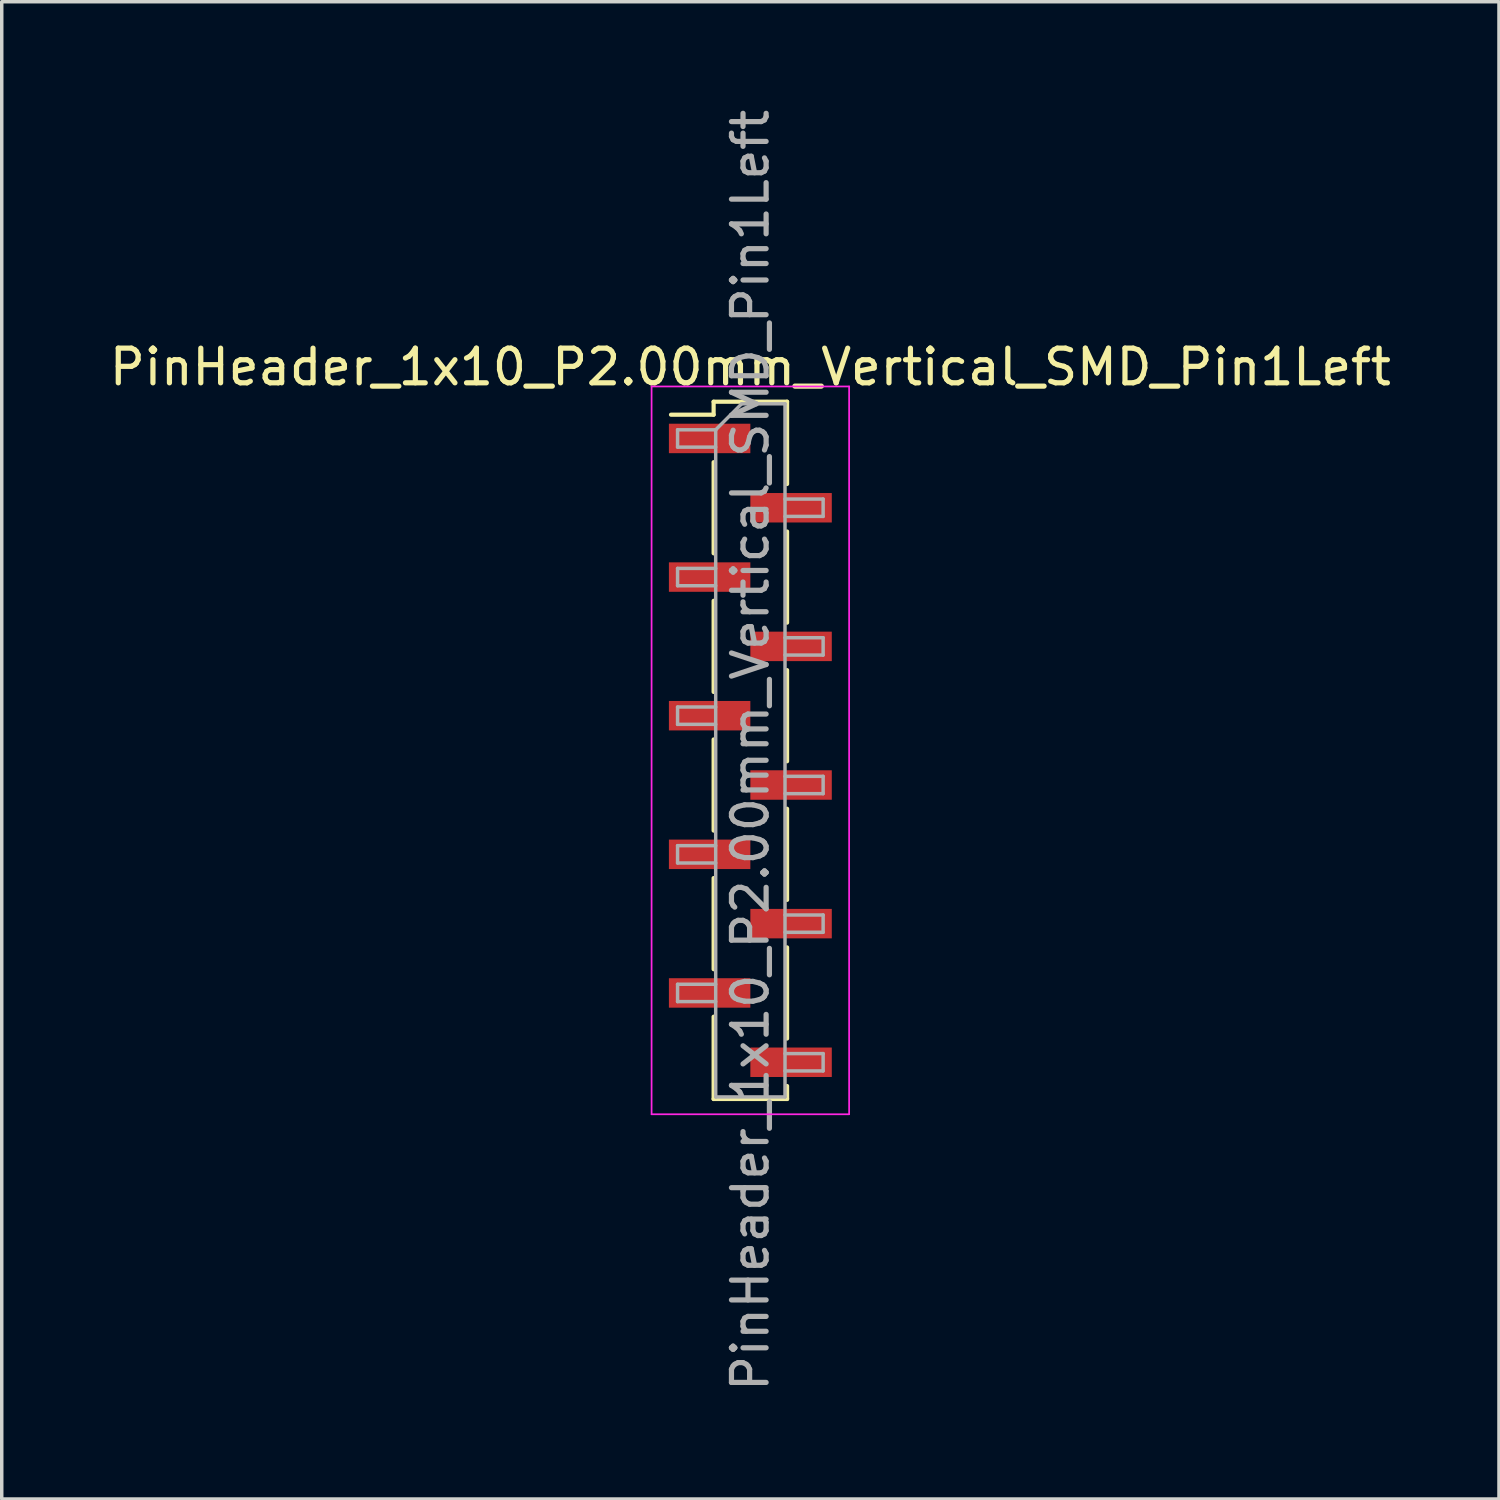
<source format=kicad_pcb>
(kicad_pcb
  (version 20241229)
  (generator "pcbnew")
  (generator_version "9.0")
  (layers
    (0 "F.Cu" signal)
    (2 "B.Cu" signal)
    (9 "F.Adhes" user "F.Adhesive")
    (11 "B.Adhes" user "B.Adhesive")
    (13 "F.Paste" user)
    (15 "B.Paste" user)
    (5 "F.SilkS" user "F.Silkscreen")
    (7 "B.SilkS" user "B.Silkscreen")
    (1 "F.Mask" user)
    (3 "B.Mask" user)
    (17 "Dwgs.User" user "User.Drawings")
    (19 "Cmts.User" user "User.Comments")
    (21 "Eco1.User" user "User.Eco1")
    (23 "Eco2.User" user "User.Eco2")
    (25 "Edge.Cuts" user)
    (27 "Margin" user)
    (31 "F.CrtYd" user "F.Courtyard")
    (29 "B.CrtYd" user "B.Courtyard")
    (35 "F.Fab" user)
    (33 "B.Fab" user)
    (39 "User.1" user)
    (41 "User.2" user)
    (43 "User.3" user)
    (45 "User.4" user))
  (footprint "PinHeader_1x10_P2.00mm_Vertical_SMD_Pin1Left"
    (layer "F.Cu")
    (at 18.601 18.601)
    (property "Reference" "PinHeader_1x10_P2.00mm_Vertical_SMD_Pin1Left" (at 0 -11.06 0) (layer "F.SilkS") (effects (font (size 1 1) (thickness 0.15))))
    (attr smd)
    (fp_line (start -1.06 -10.06) (end -1.06 -9.685) (stroke (width 0.12) (type solid)) (layer "F.SilkS"))
    (fp_line (start -1.06 -10.06) (end 1.06 -10.06) (stroke (width 0.12) (type solid)) (layer "F.SilkS"))
    (fp_line (start -1.06 -9.685) (end -2.29 -9.685) (stroke (width 0.12) (type solid)) (layer "F.SilkS"))
    (fp_line (start -1.06 -8.315) (end -1.06 -5.685) (stroke (width 0.12) (type solid)) (layer "F.SilkS"))
    (fp_line (start -1.06 -4.315) (end -1.06 -1.685) (stroke (width 0.12) (type solid)) (layer "F.SilkS"))
    (fp_line (start -1.06 -0.315) (end -1.06 2.315) (stroke (width 0.12) (type solid)) (layer "F.SilkS"))
    (fp_line (start -1.06 3.685) (end -1.06 6.315) (stroke (width 0.12) (type solid)) (layer "F.SilkS"))
    (fp_line (start -1.06 7.685) (end -1.06 10.06) (stroke (width 0.12) (type solid)) (layer "F.SilkS"))
    (fp_line (start -1.06 10.06) (end 1.06 10.06) (stroke (width 0.12) (type solid)) (layer "F.SilkS"))
    (fp_line (start 1.06 -10.06) (end 1.06 -7.685) (stroke (width 0.12) (type solid)) (layer "F.SilkS"))
    (fp_line (start 1.06 -6.315) (end 1.06 -3.685) (stroke (width 0.12) (type solid)) (layer "F.SilkS"))
    (fp_line (start 1.06 -2.315) (end 1.06 0.315) (stroke (width 0.12) (type solid)) (layer "F.SilkS"))
    (fp_line (start 1.06 1.685) (end 1.06 4.315) (stroke (width 0.12) (type solid)) (layer "F.SilkS"))
    (fp_line (start 1.06 5.685) (end 1.06 8.315) (stroke (width 0.12) (type solid)) (layer "F.SilkS"))
    (fp_line (start 1.06 9.685) (end 1.06 10.06) (stroke (width 0.12) (type solid)) (layer "F.SilkS"))
    (fp_line (start -2.85 -10.5) (end -2.85 10.5) (stroke (width 0.05) (type solid)) (layer "F.CrtYd"))
    (fp_line (start -2.85 10.5) (end 2.85 10.5) (stroke (width 0.05) (type solid)) (layer "F.CrtYd"))
    (fp_line (start 2.85 -10.5) (end -2.85 -10.5) (stroke (width 0.05) (type solid)) (layer "F.CrtYd"))
    (fp_line (start 2.85 10.5) (end 2.85 -10.5) (stroke (width 0.05) (type solid)) (layer "F.CrtYd"))
    (fp_line (start -2.1 -9.25) (end -2.1 -8.75) (stroke (width 0.1) (type solid)) (layer "F.Fab"))
    (fp_line (start -2.1 -8.75) (end -1 -8.75) (stroke (width 0.1) (type solid)) (layer "F.Fab"))
    (fp_line (start -2.1 -5.25) (end -2.1 -4.75) (stroke (width 0.1) (type solid)) (layer "F.Fab"))
    (fp_line (start -2.1 -4.75) (end -1 -4.75) (stroke (width 0.1) (type solid)) (layer "F.Fab"))
    (fp_line (start -2.1 -1.25) (end -2.1 -0.75) (stroke (width 0.1) (type solid)) (layer "F.Fab"))
    (fp_line (start -2.1 -0.75) (end -1 -0.75) (stroke (width 0.1) (type solid)) (layer "F.Fab"))
    (fp_line (start -2.1 2.75) (end -2.1 3.25) (stroke (width 0.1) (type solid)) (layer "F.Fab"))
    (fp_line (start -2.1 3.25) (end -1 3.25) (stroke (width 0.1) (type solid)) (layer "F.Fab"))
    (fp_line (start -2.1 6.75) (end -2.1 7.25) (stroke (width 0.1) (type solid)) (layer "F.Fab"))
    (fp_line (start -2.1 7.25) (end -1 7.25) (stroke (width 0.1) (type solid)) (layer "F.Fab"))
    (fp_line (start -1 -9.25) (end -2.1 -9.25) (stroke (width 0.1) (type solid)) (layer "F.Fab"))
    (fp_line (start -1 -9.25) (end -0.25 -10) (stroke (width 0.1) (type solid)) (layer "F.Fab"))
    (fp_line (start -1 -5.25) (end -2.1 -5.25) (stroke (width 0.1) (type solid)) (layer "F.Fab"))
    (fp_line (start -1 -1.25) (end -2.1 -1.25) (stroke (width 0.1) (type solid)) (layer "F.Fab"))
    (fp_line (start -1 2.75) (end -2.1 2.75) (stroke (width 0.1) (type solid)) (layer "F.Fab"))
    (fp_line (start -1 6.75) (end -2.1 6.75) (stroke (width 0.1) (type solid)) (layer "F.Fab"))
    (fp_line (start -1 10) (end -1 -9.25) (stroke (width 0.1) (type solid)) (layer "F.Fab"))
    (fp_line (start -0.25 -10) (end 1 -10) (stroke (width 0.1) (type solid)) (layer "F.Fab"))
    (fp_line (start 1 -10) (end 1 10) (stroke (width 0.1) (type solid)) (layer "F.Fab"))
    (fp_line (start 1 -7.25) (end 2.1 -7.25) (stroke (width 0.1) (type solid)) (layer "F.Fab"))
    (fp_line (start 1 -3.25) (end 2.1 -3.25) (stroke (width 0.1) (type solid)) (layer "F.Fab"))
    (fp_line (start 1 0.75) (end 2.1 0.75) (stroke (width 0.1) (type solid)) (layer "F.Fab"))
    (fp_line (start 1 4.75) (end 2.1 4.75) (stroke (width 0.1) (type solid)) (layer "F.Fab"))
    (fp_line (start 1 8.75) (end 2.1 8.75) (stroke (width 0.1) (type solid)) (layer "F.Fab"))
    (fp_line (start 1 10) (end -1 10) (stroke (width 0.1) (type solid)) (layer "F.Fab"))
    (fp_line (start 2.1 -7.25) (end 2.1 -6.75) (stroke (width 0.1) (type solid)) (layer "F.Fab"))
    (fp_line (start 2.1 -6.75) (end 1 -6.75) (stroke (width 0.1) (type solid)) (layer "F.Fab"))
    (fp_line (start 2.1 -3.25) (end 2.1 -2.75) (stroke (width 0.1) (type solid)) (layer "F.Fab"))
    (fp_line (start 2.1 -2.75) (end 1 -2.75) (stroke (width 0.1) (type solid)) (layer "F.Fab"))
    (fp_line (start 2.1 0.75) (end 2.1 1.25) (stroke (width 0.1) (type solid)) (layer "F.Fab"))
    (fp_line (start 2.1 1.25) (end 1 1.25) (stroke (width 0.1) (type solid)) (layer "F.Fab"))
    (fp_line (start 2.1 4.75) (end 2.1 5.25) (stroke (width 0.1) (type solid)) (layer "F.Fab"))
    (fp_line (start 2.1 5.25) (end 1 5.25) (stroke (width 0.1) (type solid)) (layer "F.Fab"))
    (fp_line (start 2.1 8.75) (end 2.1 9.25) (stroke (width 0.1) (type solid)) (layer "F.Fab"))
    (fp_line (start 2.1 9.25) (end 1 9.25) (stroke (width 0.1) (type solid)) (layer "F.Fab"))
    (fp_text user "${REFERENCE}" (at 0 0 90) (layer "F.Fab") (effects (font (size 1 1) (thickness 0.15))))
    (pad "1" smd rect (at -1.175 -9) (size 2.35 0.85) (layers "F.Cu" "F.Mask" "F.Paste"))
    (pad "2" smd rect (at 1.175 -7) (size 2.35 0.85) (layers "F.Cu" "F.Mask" "F.Paste"))
    (pad "3" smd rect (at -1.175 -5) (size 2.35 0.85) (layers "F.Cu" "F.Mask" "F.Paste"))
    (pad "4" smd rect (at 1.175 -3) (size 2.35 0.85) (layers "F.Cu" "F.Mask" "F.Paste"))
    (pad "5" smd rect (at -1.175 -1) (size 2.35 0.85) (layers "F.Cu" "F.Mask" "F.Paste"))
    (pad "6" smd rect (at 1.175 1) (size 2.35 0.85) (layers "F.Cu" "F.Mask" "F.Paste"))
    (pad "7" smd rect (at -1.175 3) (size 2.35 0.85) (layers "F.Cu" "F.Mask" "F.Paste"))
    (pad "8" smd rect (at 1.175 5) (size 2.35 0.85) (layers "F.Cu" "F.Mask" "F.Paste"))
    (pad "9" smd rect (at -1.175 7) (size 2.35 0.85) (layers "F.Cu" "F.Mask" "F.Paste"))
    (pad "10" smd rect (at 1.175 9) (size 2.35 0.85) (layers "F.Cu" "F.Mask" "F.Paste")))
  (gr_rect
    (start -3 -3)
    (end 40.202 40.202)
    (stroke (width 0.1) (type default))
    (fill no)
    (layer "Edge.Cuts")))
</source>
